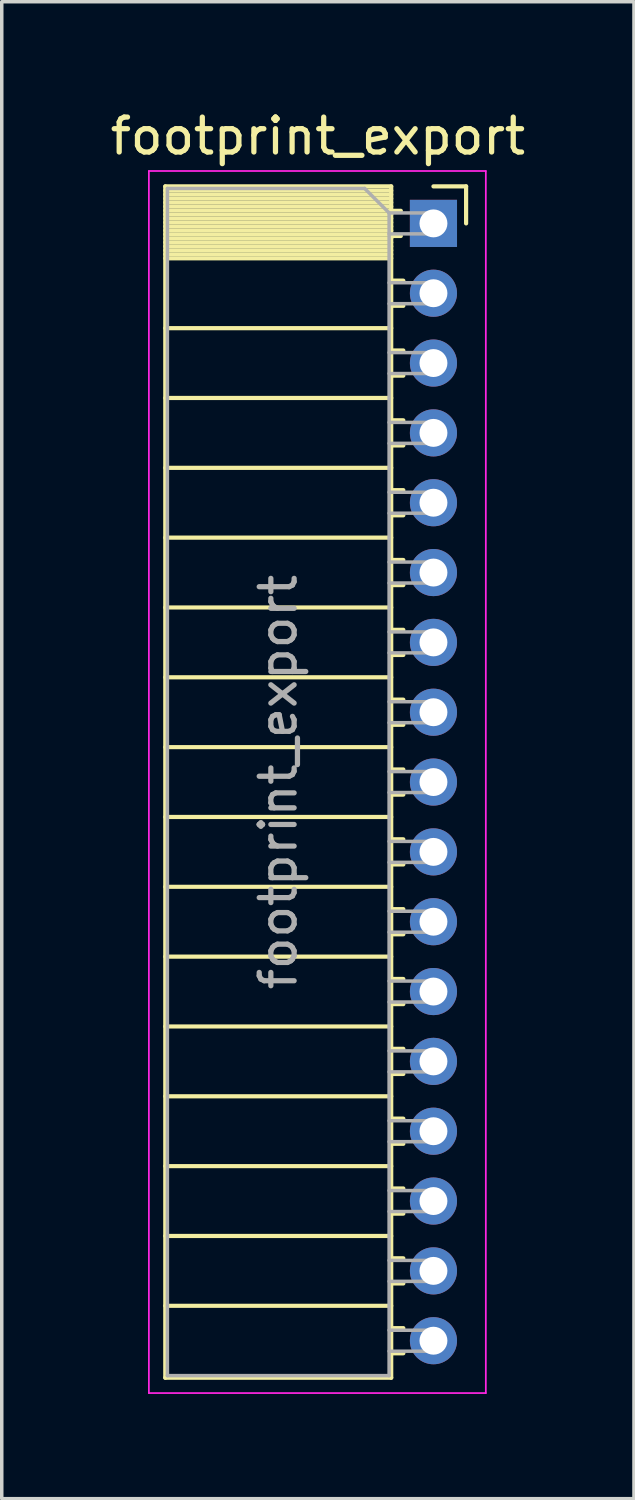
<source format=kicad_pcb>
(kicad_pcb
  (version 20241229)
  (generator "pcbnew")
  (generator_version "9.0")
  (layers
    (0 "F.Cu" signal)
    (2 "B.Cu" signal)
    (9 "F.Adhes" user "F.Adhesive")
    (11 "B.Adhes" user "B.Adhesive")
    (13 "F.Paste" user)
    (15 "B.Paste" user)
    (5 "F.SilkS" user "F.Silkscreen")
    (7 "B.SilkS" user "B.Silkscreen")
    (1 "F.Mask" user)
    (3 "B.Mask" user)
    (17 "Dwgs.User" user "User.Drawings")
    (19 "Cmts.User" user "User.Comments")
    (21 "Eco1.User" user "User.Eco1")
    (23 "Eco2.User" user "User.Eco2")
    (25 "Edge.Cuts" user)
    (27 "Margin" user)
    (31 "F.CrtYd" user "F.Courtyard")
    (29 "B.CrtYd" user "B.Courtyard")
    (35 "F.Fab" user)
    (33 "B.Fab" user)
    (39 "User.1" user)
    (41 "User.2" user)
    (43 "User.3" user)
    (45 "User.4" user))
  (footprint "footprint_export"
    (layer "F.Cu")
    (at 9.364 3.348)
    (property "Reference" "footprint_export" (at -3.31 -2.5 0) (layer "F.SilkS") (effects (font (size 1 1) (thickness 0.15))))
    (attr through_hole)
    (fp_line (start -7.68 -1.06) (end -7.68 33.06) (stroke (width 0.12) (type solid)) (layer "F.SilkS"))
    (fp_line (start -7.68 -1.06) (end -1.21 -1.06) (stroke (width 0.12) (type solid)) (layer "F.SilkS"))
    (fp_line (start -7.68 -0.94) (end -1.21 -0.94) (stroke (width 0.12) (type solid)) (layer "F.SilkS"))
    (fp_line (start -7.68 -0.826) (end -1.21 -0.826) (stroke (width 0.12) (type solid)) (layer "F.SilkS"))
    (fp_line (start -7.68 -0.712) (end -1.21 -0.712) (stroke (width 0.12) (type solid)) (layer "F.SilkS"))
    (fp_line (start -7.68 -0.598) (end -1.21 -0.598) (stroke (width 0.12) (type solid)) (layer "F.SilkS"))
    (fp_line (start -7.68 -0.484) (end -1.21 -0.484) (stroke (width 0.12) (type solid)) (layer "F.SilkS"))
    (fp_line (start -7.68 -0.369) (end -1.21 -0.369) (stroke (width 0.12) (type solid)) (layer "F.SilkS"))
    (fp_line (start -7.68 -0.255) (end -1.21 -0.255) (stroke (width 0.12) (type solid)) (layer "F.SilkS"))
    (fp_line (start -7.68 -0.141) (end -1.21 -0.141) (stroke (width 0.12) (type solid)) (layer "F.SilkS"))
    (fp_line (start -7.68 -0.027) (end -1.21 -0.027) (stroke (width 0.12) (type solid)) (layer "F.SilkS"))
    (fp_line (start -7.68 0.087) (end -1.21 0.087) (stroke (width 0.12) (type solid)) (layer "F.SilkS"))
    (fp_line (start -7.68 0.201) (end -1.21 0.201) (stroke (width 0.12) (type solid)) (layer "F.SilkS"))
    (fp_line (start -7.68 0.315) (end -1.21 0.315) (stroke (width 0.12) (type solid)) (layer "F.SilkS"))
    (fp_line (start -7.68 0.429) (end -1.21 0.429) (stroke (width 0.12) (type solid)) (layer "F.SilkS"))
    (fp_line (start -7.68 0.544) (end -1.21 0.544) (stroke (width 0.12) (type solid)) (layer "F.SilkS"))
    (fp_line (start -7.68 0.658) (end -1.21 0.658) (stroke (width 0.12) (type solid)) (layer "F.SilkS"))
    (fp_line (start -7.68 0.772) (end -1.21 0.772) (stroke (width 0.12) (type solid)) (layer "F.SilkS"))
    (fp_line (start -7.68 0.886) (end -1.21 0.886) (stroke (width 0.12) (type solid)) (layer "F.SilkS"))
    (fp_line (start -7.68 1) (end -1.21 1) (stroke (width 0.12) (type solid)) (layer "F.SilkS"))
    (fp_line (start -7.68 3) (end -1.21 3) (stroke (width 0.12) (type solid)) (layer "F.SilkS"))
    (fp_line (start -7.68 5) (end -1.21 5) (stroke (width 0.12) (type solid)) (layer "F.SilkS"))
    (fp_line (start -7.68 7) (end -1.21 7) (stroke (width 0.12) (type solid)) (layer "F.SilkS"))
    (fp_line (start -7.68 9) (end -1.21 9) (stroke (width 0.12) (type solid)) (layer "F.SilkS"))
    (fp_line (start -7.68 11) (end -1.21 11) (stroke (width 0.12) (type solid)) (layer "F.SilkS"))
    (fp_line (start -7.68 13) (end -1.21 13) (stroke (width 0.12) (type solid)) (layer "F.SilkS"))
    (fp_line (start -7.68 15) (end -1.21 15) (stroke (width 0.12) (type solid)) (layer "F.SilkS"))
    (fp_line (start -7.68 17) (end -1.21 17) (stroke (width 0.12) (type solid)) (layer "F.SilkS"))
    (fp_line (start -7.68 19) (end -1.21 19) (stroke (width 0.12) (type solid)) (layer "F.SilkS"))
    (fp_line (start -7.68 21) (end -1.21 21) (stroke (width 0.12) (type solid)) (layer "F.SilkS"))
    (fp_line (start -7.68 23) (end -1.21 23) (stroke (width 0.12) (type solid)) (layer "F.SilkS"))
    (fp_line (start -7.68 25) (end -1.21 25) (stroke (width 0.12) (type solid)) (layer "F.SilkS"))
    (fp_line (start -7.68 27) (end -1.21 27) (stroke (width 0.12) (type solid)) (layer "F.SilkS"))
    (fp_line (start -7.68 29) (end -1.21 29) (stroke (width 0.12) (type solid)) (layer "F.SilkS"))
    (fp_line (start -7.68 31) (end -1.21 31) (stroke (width 0.12) (type solid)) (layer "F.SilkS"))
    (fp_line (start -7.68 33.06) (end -1.21 33.06) (stroke (width 0.12) (type solid)) (layer "F.SilkS"))
    (fp_line (start -1.21 -1.06) (end -1.21 33.06) (stroke (width 0.12) (type solid)) (layer "F.SilkS"))
    (fp_line (start -1.21 -0.36) (end -0.935 -0.36) (stroke (width 0.12) (type solid)) (layer "F.SilkS"))
    (fp_line (start -1.21 0.36) (end -0.935 0.36) (stroke (width 0.12) (type solid)) (layer "F.SilkS"))
    (fp_line (start -1.21 1.64) (end -0.863 1.64) (stroke (width 0.12) (type solid)) (layer "F.SilkS"))
    (fp_line (start -1.21 2.36) (end -0.863 2.36) (stroke (width 0.12) (type solid)) (layer "F.SilkS"))
    (fp_line (start -1.21 3.64) (end -0.863 3.64) (stroke (width 0.12) (type solid)) (layer "F.SilkS"))
    (fp_line (start -1.21 4.36) (end -0.863 4.36) (stroke (width 0.12) (type solid)) (layer "F.SilkS"))
    (fp_line (start -1.21 5.64) (end -0.863 5.64) (stroke (width 0.12) (type solid)) (layer "F.SilkS"))
    (fp_line (start -1.21 6.36) (end -0.863 6.36) (stroke (width 0.12) (type solid)) (layer "F.SilkS"))
    (fp_line (start -1.21 7.64) (end -0.863 7.64) (stroke (width 0.12) (type solid)) (layer "F.SilkS"))
    (fp_line (start -1.21 8.36) (end -0.863 8.36) (stroke (width 0.12) (type solid)) (layer "F.SilkS"))
    (fp_line (start -1.21 9.64) (end -0.863 9.64) (stroke (width 0.12) (type solid)) (layer "F.SilkS"))
    (fp_line (start -1.21 10.36) (end -0.863 10.36) (stroke (width 0.12) (type solid)) (layer "F.SilkS"))
    (fp_line (start -1.21 11.64) (end -0.863 11.64) (stroke (width 0.12) (type solid)) (layer "F.SilkS"))
    (fp_line (start -1.21 12.36) (end -0.863 12.36) (stroke (width 0.12) (type solid)) (layer "F.SilkS"))
    (fp_line (start -1.21 13.64) (end -0.863 13.64) (stroke (width 0.12) (type solid)) (layer "F.SilkS"))
    (fp_line (start -1.21 14.36) (end -0.863 14.36) (stroke (width 0.12) (type solid)) (layer "F.SilkS"))
    (fp_line (start -1.21 15.64) (end -0.863 15.64) (stroke (width 0.12) (type solid)) (layer "F.SilkS"))
    (fp_line (start -1.21 16.36) (end -0.863 16.36) (stroke (width 0.12) (type solid)) (layer "F.SilkS"))
    (fp_line (start -1.21 17.64) (end -0.863 17.64) (stroke (width 0.12) (type solid)) (layer "F.SilkS"))
    (fp_line (start -1.21 18.36) (end -0.863 18.36) (stroke (width 0.12) (type solid)) (layer "F.SilkS"))
    (fp_line (start -1.21 19.64) (end -0.863 19.64) (stroke (width 0.12) (type solid)) (layer "F.SilkS"))
    (fp_line (start -1.21 20.36) (end -0.863 20.36) (stroke (width 0.12) (type solid)) (layer "F.SilkS"))
    (fp_line (start -1.21 21.64) (end -0.863 21.64) (stroke (width 0.12) (type solid)) (layer "F.SilkS"))
    (fp_line (start -1.21 22.36) (end -0.863 22.36) (stroke (width 0.12) (type solid)) (layer "F.SilkS"))
    (fp_line (start -1.21 23.64) (end -0.863 23.64) (stroke (width 0.12) (type solid)) (layer "F.SilkS"))
    (fp_line (start -1.21 24.36) (end -0.863 24.36) (stroke (width 0.12) (type solid)) (layer "F.SilkS"))
    (fp_line (start -1.21 25.64) (end -0.863 25.64) (stroke (width 0.12) (type solid)) (layer "F.SilkS"))
    (fp_line (start -1.21 26.36) (end -0.863 26.36) (stroke (width 0.12) (type solid)) (layer "F.SilkS"))
    (fp_line (start -1.21 27.64) (end -0.863 27.64) (stroke (width 0.12) (type solid)) (layer "F.SilkS"))
    (fp_line (start -1.21 28.36) (end -0.863 28.36) (stroke (width 0.12) (type solid)) (layer "F.SilkS"))
    (fp_line (start -1.21 29.64) (end -0.863 29.64) (stroke (width 0.12) (type solid)) (layer "F.SilkS"))
    (fp_line (start -1.21 30.36) (end -0.863 30.36) (stroke (width 0.12) (type solid)) (layer "F.SilkS"))
    (fp_line (start -1.21 31.64) (end -0.863 31.64) (stroke (width 0.12) (type solid)) (layer "F.SilkS"))
    (fp_line (start -1.21 32.36) (end -0.863 32.36) (stroke (width 0.12) (type solid)) (layer "F.SilkS"))
    (fp_line (start 0 -1.06) (end 0.935 -1.06) (stroke (width 0.12) (type solid)) (layer "F.SilkS"))
    (fp_line (start 0.935 -1.06) (end 0.935 0) (stroke (width 0.12) (type solid)) (layer "F.SilkS"))
    (fp_line (start -8.15 -1.5) (end -8.15 33.5) (stroke (width 0.05) (type solid)) (layer "F.CrtYd"))
    (fp_line (start -8.15 33.5) (end 1.5 33.5) (stroke (width 0.05) (type solid)) (layer "F.CrtYd"))
    (fp_line (start 1.5 -1.5) (end -8.15 -1.5) (stroke (width 0.05) (type solid)) (layer "F.CrtYd"))
    (fp_line (start 1.5 33.5) (end 1.5 -1.5) (stroke (width 0.05) (type solid)) (layer "F.CrtYd"))
    (fp_line (start -7.62 -1) (end -1.97 -1) (stroke (width 0.1) (type solid)) (layer "F.Fab"))
    (fp_line (start -7.62 33) (end -7.62 -1) (stroke (width 0.1) (type solid)) (layer "F.Fab"))
    (fp_line (start -1.97 -1) (end -1.27 -0.3) (stroke (width 0.1) (type solid)) (layer "F.Fab"))
    (fp_line (start -1.27 -0.3) (end -1.27 33) (stroke (width 0.1) (type solid)) (layer "F.Fab"))
    (fp_line (start -1.27 0.3) (end 0 0.3) (stroke (width 0.1) (type solid)) (layer "F.Fab"))
    (fp_line (start -1.27 2.3) (end 0 2.3) (stroke (width 0.1) (type solid)) (layer "F.Fab"))
    (fp_line (start -1.27 4.3) (end 0 4.3) (stroke (width 0.1) (type solid)) (layer "F.Fab"))
    (fp_line (start -1.27 6.3) (end 0 6.3) (stroke (width 0.1) (type solid)) (layer "F.Fab"))
    (fp_line (start -1.27 8.3) (end 0 8.3) (stroke (width 0.1) (type solid)) (layer "F.Fab"))
    (fp_line (start -1.27 10.3) (end 0 10.3) (stroke (width 0.1) (type solid)) (layer "F.Fab"))
    (fp_line (start -1.27 12.3) (end 0 12.3) (stroke (width 0.1) (type solid)) (layer "F.Fab"))
    (fp_line (start -1.27 14.3) (end 0 14.3) (stroke (width 0.1) (type solid)) (layer "F.Fab"))
    (fp_line (start -1.27 16.3) (end 0 16.3) (stroke (width 0.1) (type solid)) (layer "F.Fab"))
    (fp_line (start -1.27 18.3) (end 0 18.3) (stroke (width 0.1) (type solid)) (layer "F.Fab"))
    (fp_line (start -1.27 20.3) (end 0 20.3) (stroke (width 0.1) (type solid)) (layer "F.Fab"))
    (fp_line (start -1.27 22.3) (end 0 22.3) (stroke (width 0.1) (type solid)) (layer "F.Fab"))
    (fp_line (start -1.27 24.3) (end 0 24.3) (stroke (width 0.1) (type solid)) (layer "F.Fab"))
    (fp_line (start -1.27 26.3) (end 0 26.3) (stroke (width 0.1) (type solid)) (layer "F.Fab"))
    (fp_line (start -1.27 28.3) (end 0 28.3) (stroke (width 0.1) (type solid)) (layer "F.Fab"))
    (fp_line (start -1.27 30.3) (end 0 30.3) (stroke (width 0.1) (type solid)) (layer "F.Fab"))
    (fp_line (start -1.27 32.3) (end 0 32.3) (stroke (width 0.1) (type solid)) (layer "F.Fab"))
    (fp_line (start -1.27 33) (end -7.62 33) (stroke (width 0.1) (type solid)) (layer "F.Fab"))
    (fp_line (start 0 -0.3) (end -1.27 -0.3) (stroke (width 0.1) (type solid)) (layer "F.Fab"))
    (fp_line (start 0 0.3) (end 0 -0.3) (stroke (width 0.1) (type solid)) (layer "F.Fab"))
    (fp_line (start 0 1.7) (end -1.27 1.7) (stroke (width 0.1) (type solid)) (layer "F.Fab"))
    (fp_line (start 0 2.3) (end 0 1.7) (stroke (width 0.1) (type solid)) (layer "F.Fab"))
    (fp_line (start 0 3.7) (end -1.27 3.7) (stroke (width 0.1) (type solid)) (layer "F.Fab"))
    (fp_line (start 0 4.3) (end 0 3.7) (stroke (width 0.1) (type solid)) (layer "F.Fab"))
    (fp_line (start 0 5.7) (end -1.27 5.7) (stroke (width 0.1) (type solid)) (layer "F.Fab"))
    (fp_line (start 0 6.3) (end 0 5.7) (stroke (width 0.1) (type solid)) (layer "F.Fab"))
    (fp_line (start 0 7.7) (end -1.27 7.7) (stroke (width 0.1) (type solid)) (layer "F.Fab"))
    (fp_line (start 0 8.3) (end 0 7.7) (stroke (width 0.1) (type solid)) (layer "F.Fab"))
    (fp_line (start 0 9.7) (end -1.27 9.7) (stroke (width 0.1) (type solid)) (layer "F.Fab"))
    (fp_line (start 0 10.3) (end 0 9.7) (stroke (width 0.1) (type solid)) (layer "F.Fab"))
    (fp_line (start 0 11.7) (end -1.27 11.7) (stroke (width 0.1) (type solid)) (layer "F.Fab"))
    (fp_line (start 0 12.3) (end 0 11.7) (stroke (width 0.1) (type solid)) (layer "F.Fab"))
    (fp_line (start 0 13.7) (end -1.27 13.7) (stroke (width 0.1) (type solid)) (layer "F.Fab"))
    (fp_line (start 0 14.3) (end 0 13.7) (stroke (width 0.1) (type solid)) (layer "F.Fab"))
    (fp_line (start 0 15.7) (end -1.27 15.7) (stroke (width 0.1) (type solid)) (layer "F.Fab"))
    (fp_line (start 0 16.3) (end 0 15.7) (stroke (width 0.1) (type solid)) (layer "F.Fab"))
    (fp_line (start 0 17.7) (end -1.27 17.7) (stroke (width 0.1) (type solid)) (layer "F.Fab"))
    (fp_line (start 0 18.3) (end 0 17.7) (stroke (width 0.1) (type solid)) (layer "F.Fab"))
    (fp_line (start 0 19.7) (end -1.27 19.7) (stroke (width 0.1) (type solid)) (layer "F.Fab"))
    (fp_line (start 0 20.3) (end 0 19.7) (stroke (width 0.1) (type solid)) (layer "F.Fab"))
    (fp_line (start 0 21.7) (end -1.27 21.7) (stroke (width 0.1) (type solid)) (layer "F.Fab"))
    (fp_line (start 0 22.3) (end 0 21.7) (stroke (width 0.1) (type solid)) (layer "F.Fab"))
    (fp_line (start 0 23.7) (end -1.27 23.7) (stroke (width 0.1) (type solid)) (layer "F.Fab"))
    (fp_line (start 0 24.3) (end 0 23.7) (stroke (width 0.1) (type solid)) (layer "F.Fab"))
    (fp_line (start 0 25.7) (end -1.27 25.7) (stroke (width 0.1) (type solid)) (layer "F.Fab"))
    (fp_line (start 0 26.3) (end 0 25.7) (stroke (width 0.1) (type solid)) (layer "F.Fab"))
    (fp_line (start 0 27.7) (end -1.27 27.7) (stroke (width 0.1) (type solid)) (layer "F.Fab"))
    (fp_line (start 0 28.3) (end 0 27.7) (stroke (width 0.1) (type solid)) (layer "F.Fab"))
    (fp_line (start 0 29.7) (end -1.27 29.7) (stroke (width 0.1) (type solid)) (layer "F.Fab"))
    (fp_line (start 0 30.3) (end 0 29.7) (stroke (width 0.1) (type solid)) (layer "F.Fab"))
    (fp_line (start 0 31.7) (end -1.27 31.7) (stroke (width 0.1) (type solid)) (layer "F.Fab"))
    (fp_line (start 0 32.3) (end 0 31.7) (stroke (width 0.1) (type solid)) (layer "F.Fab"))
    (fp_text user "${REFERENCE}" (at -4.445 16 90) (layer "F.Fab") (effects (font (size 1 1) (thickness 0.15))))
    (pad "1" thru_hole rect (at 0 0) (size 1.35 1.35) (drill 0.8) (layers "*.Cu" "*.Mask"))
    (pad "2" thru_hole oval (at 0 2) (size 1.35 1.35) (drill 0.8) (layers "*.Cu" "*.Mask"))
    (pad "3" thru_hole oval (at 0 4) (size 1.35 1.35) (drill 0.8) (layers "*.Cu" "*.Mask"))
    (pad "4" thru_hole oval (at 0 6) (size 1.35 1.35) (drill 0.8) (layers "*.Cu" "*.Mask"))
    (pad "5" thru_hole oval (at 0 8) (size 1.35 1.35) (drill 0.8) (layers "*.Cu" "*.Mask"))
    (pad "6" thru_hole oval (at 0 10) (size 1.35 1.35) (drill 0.8) (layers "*.Cu" "*.Mask"))
    (pad "7" thru_hole oval (at 0 12) (size 1.35 1.35) (drill 0.8) (layers "*.Cu" "*.Mask"))
    (pad "8" thru_hole oval (at 0 14) (size 1.35 1.35) (drill 0.8) (layers "*.Cu" "*.Mask"))
    (pad "9" thru_hole oval (at 0 16) (size 1.35 1.35) (drill 0.8) (layers "*.Cu" "*.Mask"))
    (pad "10" thru_hole oval (at 0 18) (size 1.35 1.35) (drill 0.8) (layers "*.Cu" "*.Mask"))
    (pad "11" thru_hole oval (at 0 20) (size 1.35 1.35) (drill 0.8) (layers "*.Cu" "*.Mask"))
    (pad "12" thru_hole oval (at 0 22) (size 1.35 1.35) (drill 0.8) (layers "*.Cu" "*.Mask"))
    (pad "13" thru_hole oval (at 0 24) (size 1.35 1.35) (drill 0.8) (layers "*.Cu" "*.Mask"))
    (pad "14" thru_hole oval (at 0 26) (size 1.35 1.35) (drill 0.8) (layers "*.Cu" "*.Mask"))
    (pad "15" thru_hole oval (at 0 28) (size 1.35 1.35) (drill 0.8) (layers "*.Cu" "*.Mask"))
    (pad "16" thru_hole oval (at 0 30) (size 1.35 1.35) (drill 0.8) (layers "*.Cu" "*.Mask"))
    (pad "17" thru_hole oval (at 0 32) (size 1.35 1.35) (drill 0.8) (layers "*.Cu" "*.Mask")))
  (gr_rect
    (start -3 -3)
    (end 15.107 39.873)
    (stroke (width 0.1) (type default))
    (fill no)
    (layer "Edge.Cuts")))
</source>
